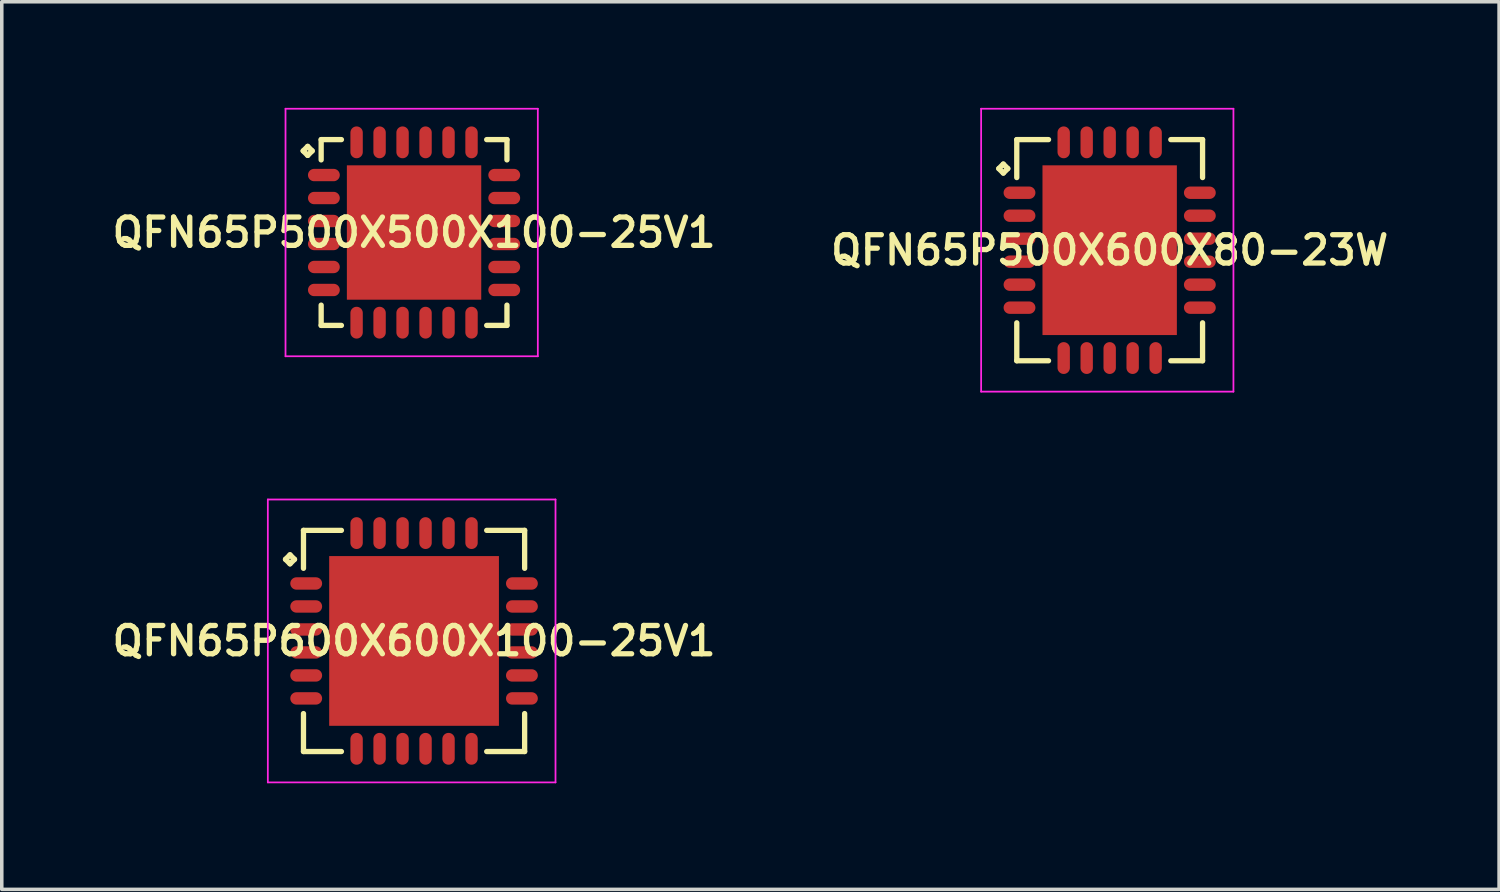
<source format=kicad_pcb>
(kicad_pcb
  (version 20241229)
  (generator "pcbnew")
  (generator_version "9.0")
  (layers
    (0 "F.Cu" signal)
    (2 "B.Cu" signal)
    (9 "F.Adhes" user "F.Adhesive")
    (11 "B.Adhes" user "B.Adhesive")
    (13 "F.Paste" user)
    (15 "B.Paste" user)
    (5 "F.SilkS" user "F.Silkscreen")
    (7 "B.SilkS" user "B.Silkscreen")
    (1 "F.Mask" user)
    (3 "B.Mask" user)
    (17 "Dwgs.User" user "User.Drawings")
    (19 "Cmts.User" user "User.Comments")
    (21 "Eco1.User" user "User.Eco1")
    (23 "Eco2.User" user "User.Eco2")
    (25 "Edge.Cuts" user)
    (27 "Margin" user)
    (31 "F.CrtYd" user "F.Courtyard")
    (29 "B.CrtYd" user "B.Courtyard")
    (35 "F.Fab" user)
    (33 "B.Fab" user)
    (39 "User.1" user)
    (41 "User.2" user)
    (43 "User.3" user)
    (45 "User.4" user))
  (footprint "QFN65P500X600X80-23W"
    (layer "F.Cu")
    (at 28.33 4.025)
    (property "Reference" "QFN65P500X600X80-23W" (at 0 0 0) (layer "F.SilkS") (effects (font (size 0.8 0.8) (thickness 0.15))))
    (attr smd)
    (fp_line (start -3.135 -2.308) (end -3.008 -2.435) (stroke (width 0.15) (type solid)) (layer "F.SilkS"))
    (fp_line (start -3.008 -2.435) (end -2.881 -2.308) (stroke (width 0.15) (type solid)) (layer "F.SilkS"))
    (fp_line (start -3.008 -2.181) (end -3.135 -2.308) (stroke (width 0.15) (type solid)) (layer "F.SilkS"))
    (fp_line (start -2.881 -2.308) (end -3.008 -2.181) (stroke (width 0.15) (type solid)) (layer "F.SilkS"))
    (fp_line (start -2.627 -3.127) (end -1.729 -3.127) (stroke (width 0.15) (type solid)) (layer "F.SilkS"))
    (fp_line (start -2.627 -2.054) (end -2.627 -3.127) (stroke (width 0.15) (type solid)) (layer "F.SilkS"))
    (fp_line (start -2.627 2.054) (end -2.627 3.127) (stroke (width 0.15) (type solid)) (layer "F.SilkS"))
    (fp_line (start -2.627 3.127) (end -1.729 3.127) (stroke (width 0.15) (type solid)) (layer "F.SilkS"))
    (fp_line (start 1.729 -3.127) (end 2.627 -3.127) (stroke (width 0.15) (type solid)) (layer "F.SilkS"))
    (fp_line (start 1.729 3.127) (end 2.627 3.127) (stroke (width 0.15) (type solid)) (layer "F.SilkS"))
    (fp_line (start 2.627 -3.127) (end 2.627 -2.054) (stroke (width 0.15) (type solid)) (layer "F.SilkS"))
    (fp_line (start 2.627 3.127) (end 2.627 2.054) (stroke (width 0.15) (type solid)) (layer "F.SilkS"))
    (fp_line (start -3.635 -4) (end 3.5 -4) (stroke (width 0.05) (type solid)) (layer "F.CrtYd"))
    (fp_line (start -3.635 4) (end -3.635 -4) (stroke (width 0.05) (type solid)) (layer "F.CrtYd"))
    (fp_line (start 3.5 -4) (end 3.5 4) (stroke (width 0.05) (type solid)) (layer "F.CrtYd"))
    (fp_line (start 3.5 4) (end -3.635 4) (stroke (width 0.05) (type solid)) (layer "F.CrtYd"))
    (pad "1" smd oval (at -2.55 -1.625) (size 0.9 0.35) (layers "F.Cu" "F.Mask" "F.Paste"))
    (pad "2" smd oval (at -2.55 -0.975) (size 0.9 0.35) (layers "F.Cu" "F.Mask" "F.Paste"))
    (pad "3" smd oval (at -2.55 -0.325) (size 0.9 0.35) (layers "F.Cu" "F.Mask" "F.Paste"))
    (pad "4" smd oval (at -2.55 0.325) (size 0.9 0.35) (layers "F.Cu" "F.Mask" "F.Paste"))
    (pad "5" smd oval (at -2.55 0.975) (size 0.9 0.35) (layers "F.Cu" "F.Mask" "F.Paste"))
    (pad "6" smd oval (at -2.55 1.625) (size 0.9 0.35) (layers "F.Cu" "F.Mask" "F.Paste"))
    (pad "7" smd oval (at -1.3 3.05) (size 0.35 0.9) (layers "F.Cu" "F.Mask" "F.Paste"))
    (pad "8" smd oval (at -0.65 3.05) (size 0.35 0.9) (layers "F.Cu" "F.Mask" "F.Paste"))
    (pad "9" smd oval (at 0 3.05) (size 0.35 0.9) (layers "F.Cu" "F.Mask" "F.Paste"))
    (pad "10" smd oval (at 0.65 3.05) (size 0.35 0.9) (layers "F.Cu" "F.Mask" "F.Paste"))
    (pad "11" smd oval (at 1.3 3.05) (size 0.35 0.9) (layers "F.Cu" "F.Mask" "F.Paste"))
    (pad "12" smd oval (at 2.55 1.625) (size 0.9 0.35) (layers "F.Cu" "F.Mask" "F.Paste"))
    (pad "13" smd oval (at 2.55 0.975) (size 0.9 0.35) (layers "F.Cu" "F.Mask" "F.Paste"))
    (pad "14" smd oval (at 2.55 0.325) (size 0.9 0.35) (layers "F.Cu" "F.Mask" "F.Paste"))
    (pad "15" smd oval (at 2.55 -0.325) (size 0.9 0.35) (layers "F.Cu" "F.Mask" "F.Paste"))
    (pad "16" smd oval (at 2.55 -0.975) (size 0.9 0.35) (layers "F.Cu" "F.Mask" "F.Paste"))
    (pad "17" smd oval (at 2.55 -1.625) (size 0.9 0.35) (layers "F.Cu" "F.Mask" "F.Paste"))
    (pad "18" smd oval (at 1.3 -3.05) (size 0.35 0.9) (layers "F.Cu" "F.Mask" "F.Paste"))
    (pad "19" smd oval (at 0.65 -3.05) (size 0.35 0.9) (layers "F.Cu" "F.Mask" "F.Paste"))
    (pad "20" smd oval (at 0 -3.05) (size 0.35 0.9) (layers "F.Cu" "F.Mask" "F.Paste"))
    (pad "21" smd oval (at -0.65 -3.05) (size 0.35 0.9) (layers "F.Cu" "F.Mask" "F.Paste"))
    (pad "22" smd oval (at -1.3 -3.05) (size 0.35 0.9) (layers "F.Cu" "F.Mask" "F.Paste"))
    (pad "23" smd rect (at 0 0) (size 3.8 4.8) (layers "F.Cu" "F.Mask" "F.Paste")))
  (footprint "QFN65P500X500X100-25V1"
    (layer "F.Cu")
    (at 8.659 3.525)
    (property "Reference" "QFN65P500X500X100-25V1" (at 0 0 0) (layer "F.SilkS") (effects (font (size 0.8 0.8) (thickness 0.15))))
    (attr smd)
    (fp_line (start -3.135 -2.308) (end -3.008 -2.435) (stroke (width 0.15) (type solid)) (layer "F.SilkS"))
    (fp_line (start -3.008 -2.435) (end -2.881 -2.308) (stroke (width 0.15) (type solid)) (layer "F.SilkS"))
    (fp_line (start -3.008 -2.181) (end -3.135 -2.308) (stroke (width 0.15) (type solid)) (layer "F.SilkS"))
    (fp_line (start -2.881 -2.308) (end -3.008 -2.181) (stroke (width 0.15) (type solid)) (layer "F.SilkS"))
    (fp_line (start -2.627 -2.627) (end -2.054 -2.627) (stroke (width 0.15) (type solid)) (layer "F.SilkS"))
    (fp_line (start -2.627 -2.054) (end -2.627 -2.627) (stroke (width 0.15) (type solid)) (layer "F.SilkS"))
    (fp_line (start -2.627 2.054) (end -2.627 2.627) (stroke (width 0.15) (type solid)) (layer "F.SilkS"))
    (fp_line (start -2.627 2.627) (end -2.054 2.627) (stroke (width 0.15) (type solid)) (layer "F.SilkS"))
    (fp_line (start 2.054 -2.627) (end 2.627 -2.627) (stroke (width 0.15) (type solid)) (layer "F.SilkS"))
    (fp_line (start 2.054 2.627) (end 2.627 2.627) (stroke (width 0.15) (type solid)) (layer "F.SilkS"))
    (fp_line (start 2.627 -2.627) (end 2.627 -2.054) (stroke (width 0.15) (type solid)) (layer "F.SilkS"))
    (fp_line (start 2.627 2.627) (end 2.627 2.054) (stroke (width 0.15) (type solid)) (layer "F.SilkS"))
    (fp_line (start -3.635 -3.5) (end 3.5 -3.5) (stroke (width 0.05) (type solid)) (layer "F.CrtYd"))
    (fp_line (start -3.635 3.5) (end -3.635 -3.5) (stroke (width 0.05) (type solid)) (layer "F.CrtYd"))
    (fp_line (start 3.5 -3.5) (end 3.5 3.5) (stroke (width 0.05) (type solid)) (layer "F.CrtYd"))
    (fp_line (start 3.5 3.5) (end -3.635 3.5) (stroke (width 0.05) (type solid)) (layer "F.CrtYd"))
    (pad "1" smd oval (at -2.55 -1.625) (size 0.9 0.35) (layers "F.Cu" "F.Mask" "F.Paste"))
    (pad "2" smd oval (at -2.55 -0.975) (size 0.9 0.35) (layers "F.Cu" "F.Mask" "F.Paste"))
    (pad "3" smd oval (at -2.55 -0.325) (size 0.9 0.35) (layers "F.Cu" "F.Mask" "F.Paste"))
    (pad "4" smd oval (at -2.55 0.325) (size 0.9 0.35) (layers "F.Cu" "F.Mask" "F.Paste"))
    (pad "5" smd oval (at -2.55 0.975) (size 0.9 0.35) (layers "F.Cu" "F.Mask" "F.Paste"))
    (pad "6" smd oval (at -2.55 1.625) (size 0.9 0.35) (layers "F.Cu" "F.Mask" "F.Paste"))
    (pad "7" smd oval (at -1.625 2.55) (size 0.35 0.9) (layers "F.Cu" "F.Mask" "F.Paste"))
    (pad "8" smd oval (at -0.975 2.55) (size 0.35 0.9) (layers "F.Cu" "F.Mask" "F.Paste"))
    (pad "9" smd oval (at -0.325 2.55) (size 0.35 0.9) (layers "F.Cu" "F.Mask" "F.Paste"))
    (pad "10" smd oval (at 0.325 2.55) (size 0.35 0.9) (layers "F.Cu" "F.Mask" "F.Paste"))
    (pad "11" smd oval (at 0.975 2.55) (size 0.35 0.9) (layers "F.Cu" "F.Mask" "F.Paste"))
    (pad "12" smd oval (at 1.625 2.55) (size 0.35 0.9) (layers "F.Cu" "F.Mask" "F.Paste"))
    (pad "13" smd oval (at 2.55 1.625) (size 0.9 0.35) (layers "F.Cu" "F.Mask" "F.Paste"))
    (pad "14" smd oval (at 2.55 0.975) (size 0.9 0.35) (layers "F.Cu" "F.Mask" "F.Paste"))
    (pad "15" smd oval (at 2.55 0.325) (size 0.9 0.35) (layers "F.Cu" "F.Mask" "F.Paste"))
    (pad "16" smd oval (at 2.55 -0.325) (size 0.9 0.35) (layers "F.Cu" "F.Mask" "F.Paste"))
    (pad "17" smd oval (at 2.55 -0.975) (size 0.9 0.35) (layers "F.Cu" "F.Mask" "F.Paste"))
    (pad "18" smd oval (at 2.55 -1.625) (size 0.9 0.35) (layers "F.Cu" "F.Mask" "F.Paste"))
    (pad "19" smd oval (at 1.625 -2.55) (size 0.35 0.9) (layers "F.Cu" "F.Mask" "F.Paste"))
    (pad "20" smd oval (at 0.975 -2.55) (size 0.35 0.9) (layers "F.Cu" "F.Mask" "F.Paste"))
    (pad "21" smd oval (at 0.325 -2.55) (size 0.35 0.9) (layers "F.Cu" "F.Mask" "F.Paste"))
    (pad "22" smd oval (at -0.325 -2.55) (size 0.35 0.9) (layers "F.Cu" "F.Mask" "F.Paste"))
    (pad "23" smd oval (at -0.975 -2.55) (size 0.35 0.9) (layers "F.Cu" "F.Mask" "F.Paste"))
    (pad "24" smd oval (at -1.625 -2.55) (size 0.35 0.9) (layers "F.Cu" "F.Mask" "F.Paste"))
    (pad "25" smd rect (at 0 0) (size 3.8 3.8) (layers "F.Cu" "F.Mask" "F.Paste")))
  (footprint "QFN65P600X600X100-25V1"
    (layer "F.Cu")
    (at 8.659 15.075)
    (property "Reference" "QFN65P600X600X100-25V1" (at 0 0 0) (layer "F.SilkS") (effects (font (size 0.8 0.8) (thickness 0.15))))
    (attr smd)
    (fp_line (start -3.635 -2.308) (end -3.508 -2.435) (stroke (width 0.15) (type solid)) (layer "F.SilkS"))
    (fp_line (start -3.508 -2.435) (end -3.381 -2.308) (stroke (width 0.15) (type solid)) (layer "F.SilkS"))
    (fp_line (start -3.508 -2.181) (end -3.635 -2.308) (stroke (width 0.15) (type solid)) (layer "F.SilkS"))
    (fp_line (start -3.381 -2.308) (end -3.508 -2.181) (stroke (width 0.15) (type solid)) (layer "F.SilkS"))
    (fp_line (start -3.127 -3.127) (end -2.054 -3.127) (stroke (width 0.15) (type solid)) (layer "F.SilkS"))
    (fp_line (start -3.127 -2.054) (end -3.127 -3.127) (stroke (width 0.15) (type solid)) (layer "F.SilkS"))
    (fp_line (start -3.127 2.054) (end -3.127 3.127) (stroke (width 0.15) (type solid)) (layer "F.SilkS"))
    (fp_line (start -3.127 3.127) (end -2.054 3.127) (stroke (width 0.15) (type solid)) (layer "F.SilkS"))
    (fp_line (start 2.054 -3.127) (end 3.127 -3.127) (stroke (width 0.15) (type solid)) (layer "F.SilkS"))
    (fp_line (start 2.054 3.127) (end 3.127 3.127) (stroke (width 0.15) (type solid)) (layer "F.SilkS"))
    (fp_line (start 3.127 -3.127) (end 3.127 -2.054) (stroke (width 0.15) (type solid)) (layer "F.SilkS"))
    (fp_line (start 3.127 3.127) (end 3.127 2.054) (stroke (width 0.15) (type solid)) (layer "F.SilkS"))
    (fp_line (start -4.135 -4) (end 4 -4) (stroke (width 0.05) (type solid)) (layer "F.CrtYd"))
    (fp_line (start -4.135 4) (end -4.135 -4) (stroke (width 0.05) (type solid)) (layer "F.CrtYd"))
    (fp_line (start 4 -4) (end 4 4) (stroke (width 0.05) (type solid)) (layer "F.CrtYd"))
    (fp_line (start 4 4) (end -4.135 4) (stroke (width 0.05) (type solid)) (layer "F.CrtYd"))
    (pad "1" smd oval (at -3.05 -1.625) (size 0.9 0.35) (layers "F.Cu" "F.Mask" "F.Paste"))
    (pad "2" smd oval (at -3.05 -0.975) (size 0.9 0.35) (layers "F.Cu" "F.Mask" "F.Paste"))
    (pad "3" smd oval (at -3.05 -0.325) (size 0.9 0.35) (layers "F.Cu" "F.Mask" "F.Paste"))
    (pad "4" smd oval (at -3.05 0.325) (size 0.9 0.35) (layers "F.Cu" "F.Mask" "F.Paste"))
    (pad "5" smd oval (at -3.05 0.975) (size 0.9 0.35) (layers "F.Cu" "F.Mask" "F.Paste"))
    (pad "6" smd oval (at -3.05 1.625) (size 0.9 0.35) (layers "F.Cu" "F.Mask" "F.Paste"))
    (pad "7" smd oval (at -1.625 3.05) (size 0.35 0.9) (layers "F.Cu" "F.Mask" "F.Paste"))
    (pad "8" smd oval (at -0.975 3.05) (size 0.35 0.9) (layers "F.Cu" "F.Mask" "F.Paste"))
    (pad "9" smd oval (at -0.325 3.05) (size 0.35 0.9) (layers "F.Cu" "F.Mask" "F.Paste"))
    (pad "10" smd oval (at 0.325 3.05) (size 0.35 0.9) (layers "F.Cu" "F.Mask" "F.Paste"))
    (pad "11" smd oval (at 0.975 3.05) (size 0.35 0.9) (layers "F.Cu" "F.Mask" "F.Paste"))
    (pad "12" smd oval (at 1.625 3.05) (size 0.35 0.9) (layers "F.Cu" "F.Mask" "F.Paste"))
    (pad "13" smd oval (at 3.05 1.625) (size 0.9 0.35) (layers "F.Cu" "F.Mask" "F.Paste"))
    (pad "14" smd oval (at 3.05 0.975) (size 0.9 0.35) (layers "F.Cu" "F.Mask" "F.Paste"))
    (pad "15" smd oval (at 3.05 0.325) (size 0.9 0.35) (layers "F.Cu" "F.Mask" "F.Paste"))
    (pad "16" smd oval (at 3.05 -0.325) (size 0.9 0.35) (layers "F.Cu" "F.Mask" "F.Paste"))
    (pad "17" smd oval (at 3.05 -0.975) (size 0.9 0.35) (layers "F.Cu" "F.Mask" "F.Paste"))
    (pad "18" smd oval (at 3.05 -1.625) (size 0.9 0.35) (layers "F.Cu" "F.Mask" "F.Paste"))
    (pad "19" smd oval (at 1.625 -3.05) (size 0.35 0.9) (layers "F.Cu" "F.Mask" "F.Paste"))
    (pad "20" smd oval (at 0.975 -3.05) (size 0.35 0.9) (layers "F.Cu" "F.Mask" "F.Paste"))
    (pad "21" smd oval (at 0.325 -3.05) (size 0.35 0.9) (layers "F.Cu" "F.Mask" "F.Paste"))
    (pad "22" smd oval (at -0.325 -3.05) (size 0.35 0.9) (layers "F.Cu" "F.Mask" "F.Paste"))
    (pad "23" smd oval (at -0.975 -3.05) (size 0.35 0.9) (layers "F.Cu" "F.Mask" "F.Paste"))
    (pad "24" smd oval (at -1.625 -3.05) (size 0.35 0.9) (layers "F.Cu" "F.Mask" "F.Paste"))
    (pad "25" smd rect (at 0 0) (size 4.8 4.8) (layers "F.Cu" "F.Mask" "F.Paste")))
  (gr_rect
    (start -3 -3)
    (end 39.342 22.1)
    (stroke (width 0.1) (type default))
    (fill no)
    (layer "Edge.Cuts")))
</source>
